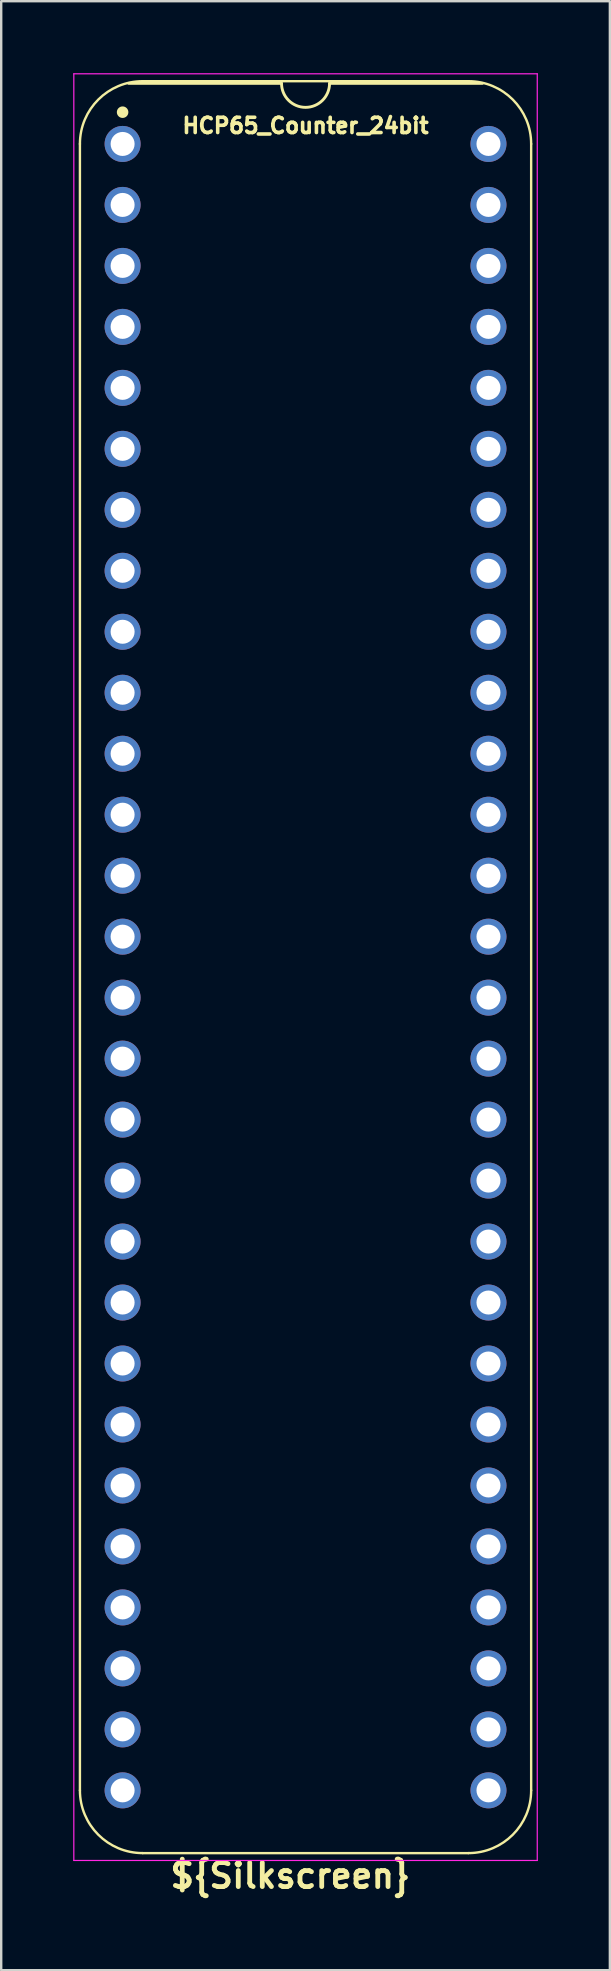
<source format=kicad_pcb>
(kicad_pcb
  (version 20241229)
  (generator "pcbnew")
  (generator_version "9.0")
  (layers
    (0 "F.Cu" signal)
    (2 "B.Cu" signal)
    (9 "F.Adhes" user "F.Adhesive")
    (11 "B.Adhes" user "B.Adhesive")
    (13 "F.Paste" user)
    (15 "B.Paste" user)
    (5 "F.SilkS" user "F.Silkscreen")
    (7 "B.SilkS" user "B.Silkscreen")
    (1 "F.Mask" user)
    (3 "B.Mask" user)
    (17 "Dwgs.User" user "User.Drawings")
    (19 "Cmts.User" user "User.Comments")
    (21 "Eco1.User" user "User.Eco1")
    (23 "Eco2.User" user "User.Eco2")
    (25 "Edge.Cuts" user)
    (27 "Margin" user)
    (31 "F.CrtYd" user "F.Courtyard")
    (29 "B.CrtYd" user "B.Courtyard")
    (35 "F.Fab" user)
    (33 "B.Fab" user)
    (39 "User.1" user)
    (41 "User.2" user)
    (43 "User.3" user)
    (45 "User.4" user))
  (footprint "HCP65_Counter_24bit"
    (layer "F.Cu")
    (at 2.057 2.946)
    (property "Reference" "HCP65_Counter_24bit" (at 7.62 -0.762 0) (layer "F.SilkS") (effects (font (size 0.635 0.635) (thickness 0.15))))
    (attr through_hole)
    (fp_line (start -1.778 68.58) (end -1.778 0) (stroke (width 0.1) (type solid)) (layer "F.SilkS"))
    (fp_line (start 0.836 -2.614) (end 14.404 -2.614) (stroke (width 0.1) (type solid)) (layer "F.SilkS"))
    (fp_line (start 6.62 -2.524) (end 0.254 -2.524) (stroke (width 0.12) (type solid)) (layer "F.SilkS"))
    (fp_line (start 14.404 71.194) (end 0.836 71.194) (stroke (width 0.1) (type solid)) (layer "F.SilkS"))
    (fp_line (start 14.986 -2.524) (end 8.62 -2.524) (stroke (width 0.12) (type solid)) (layer "F.SilkS"))
    (fp_line (start 17.018 68.58) (end 17.018 0) (stroke (width 0.1) (type solid)) (layer "F.SilkS"))
    (fp_arc (start -1.778 0) (mid -1.012456 -1.848188) (end 0.835732 -2.613732) (stroke (width 0.1) (type solid)) (layer "F.SilkS"))
    (fp_arc (start 0.835733 71.193733) (mid -1.012456 70.428189) (end -1.778 68.58) (stroke (width 0.1) (type solid)) (layer "F.SilkS"))
    (fp_arc (start 8.62 -2.524) (mid 7.62 -1.524) (end 6.62 -2.524) (stroke (width 0.12) (type solid)) (layer "F.SilkS"))
    (fp_arc (start 14.404268 -2.613732) (mid 16.252456 -1.848188) (end 17.018 0) (stroke (width 0.1) (type solid)) (layer "F.SilkS"))
    (fp_arc (start 17.018001 68.580001) (mid 16.252456 70.428188) (end 14.404269 71.193733) (stroke (width 0.1) (type solid)) (layer "F.SilkS"))
    (fp_circle (center 0 -1.323) (end 0.18 -1.323) (stroke (width 0.12) (type solid)) (fill yes) (layer "F.SilkS"))
    (fp_line (start -2.032 -2.921) (end -2.032 71.501) (stroke (width 0.05) (type solid)) (layer "F.CrtYd"))
    (fp_line (start -2.032 -2.921) (end 17.272 -2.921) (stroke (width 0.05) (type solid)) (layer "F.CrtYd"))
    (fp_line (start -2.032 71.501) (end 17.272 71.501) (stroke (width 0.05) (type solid)) (layer "F.CrtYd"))
    (fp_line (start 17.272 -2.921) (end 17.272 71.501) (stroke (width 0.05) (type solid)) (layer "F.CrtYd"))
    (fp_text user "${Silkscreen}" (at 6.985 72.136 0) (layer "F.SilkS") (effects (font (size 1 1) (thickness 0.2) (bold yes))))
    (pad "1" thru_hole circle (at 0 0) (size 1.5 1.5) (drill 1) (layers "*.Cu" "*.Mask"))
    (pad "2" thru_hole circle (at 0 2.54) (size 1.5 1.5) (drill 1) (layers "*.Cu" "*.Mask"))
    (pad "3" thru_hole circle (at 0 5.08) (size 1.5 1.5) (drill 1) (layers "*.Cu" "*.Mask"))
    (pad "4" thru_hole circle (at 0 7.62) (size 1.5 1.5) (drill 1) (layers "*.Cu" "*.Mask"))
    (pad "5" thru_hole circle (at 0 10.16) (size 1.5 1.5) (drill 1) (layers "*.Cu" "*.Mask"))
    (pad "6" thru_hole circle (at 0 12.7) (size 1.5 1.5) (drill 1) (layers "*.Cu" "*.Mask"))
    (pad "7" thru_hole circle (at 0 15.24) (size 1.5 1.5) (drill 1) (layers "*.Cu" "*.Mask"))
    (pad "8" thru_hole circle (at 0 17.78) (size 1.5 1.5) (drill 1) (layers "*.Cu" "*.Mask"))
    (pad "9" thru_hole circle (at 0 20.32) (size 1.5 1.5) (drill 1) (layers "*.Cu" "*.Mask"))
    (pad "10" thru_hole circle (at 0 22.86) (size 1.5 1.5) (drill 1) (layers "*.Cu" "*.Mask"))
    (pad "11" thru_hole circle (at 0 25.4) (size 1.5 1.5) (drill 1) (layers "*.Cu" "*.Mask"))
    (pad "12" thru_hole circle (at 0 27.94) (size 1.5 1.5) (drill 1) (layers "*.Cu" "*.Mask"))
    (pad "13" thru_hole circle (at 0 30.48) (size 1.5 1.5) (drill 1) (layers "*.Cu" "*.Mask"))
    (pad "14" thru_hole circle (at 0 33.02) (size 1.5 1.5) (drill 1) (layers "*.Cu" "*.Mask"))
    (pad "15" thru_hole circle (at 0 35.56) (size 1.5 1.5) (drill 1) (layers "*.Cu" "*.Mask"))
    (pad "16" thru_hole circle (at 0 38.1) (size 1.5 1.5) (drill 1) (layers "*.Cu" "*.Mask"))
    (pad "17" thru_hole circle (at 0 40.64) (size 1.5 1.5) (drill 1) (layers "*.Cu" "*.Mask"))
    (pad "18" thru_hole circle (at 0 43.18) (size 1.5 1.5) (drill 1) (layers "*.Cu" "*.Mask"))
    (pad "19" thru_hole circle (at 0 45.72) (size 1.5 1.5) (drill 1) (layers "*.Cu" "*.Mask"))
    (pad "20" thru_hole circle (at 0 48.26) (size 1.5 1.5) (drill 1) (layers "*.Cu" "*.Mask"))
    (pad "21" thru_hole circle (at 0 50.8) (size 1.5 1.5) (drill 1) (layers "*.Cu" "*.Mask"))
    (pad "22" thru_hole circle (at 0 53.34) (size 1.5 1.5) (drill 1) (layers "*.Cu" "*.Mask"))
    (pad "23" thru_hole circle (at 0 55.88) (size 1.5 1.5) (drill 1) (layers "*.Cu" "*.Mask"))
    (pad "24" thru_hole circle (at 0 58.42) (size 1.5 1.5) (drill 1) (layers "*.Cu" "*.Mask"))
    (pad "25" thru_hole circle (at 0 60.96) (size 1.5 1.5) (drill 1) (layers "*.Cu" "*.Mask"))
    (pad "26" thru_hole circle (at 0 63.5) (size 1.5 1.5) (drill 1) (layers "*.Cu" "*.Mask"))
    (pad "27" thru_hole circle (at 0 66.04) (size 1.5 1.5) (drill 1) (layers "*.Cu" "*.Mask"))
    (pad "28" thru_hole circle (at 0 68.58) (size 1.5 1.5) (drill 1) (layers "*.Cu" "*.Mask"))
    (pad "29" thru_hole circle (at 15.24 68.58) (size 1.5 1.5) (drill 1) (layers "*.Cu" "*.Mask"))
    (pad "30" thru_hole circle (at 15.24 66.04) (size 1.5 1.5) (drill 1) (layers "*.Cu" "*.Mask"))
    (pad "31" thru_hole circle (at 15.24 63.5) (size 1.5 1.5) (drill 1) (layers "*.Cu" "*.Mask"))
    (pad "32" thru_hole circle (at 15.24 60.96) (size 1.5 1.5) (drill 1) (layers "*.Cu" "*.Mask"))
    (pad "33" thru_hole circle (at 15.24 58.42) (size 1.5 1.5) (drill 1) (layers "*.Cu" "*.Mask"))
    (pad "34" thru_hole circle (at 15.24 55.88) (size 1.5 1.5) (drill 1) (layers "*.Cu" "*.Mask"))
    (pad "35" thru_hole circle (at 15.24 53.34) (size 1.5 1.5) (drill 1) (layers "*.Cu" "*.Mask"))
    (pad "36" thru_hole circle (at 15.24 50.8) (size 1.5 1.5) (drill 1) (layers "*.Cu" "*.Mask"))
    (pad "37" thru_hole circle (at 15.24 48.26) (size 1.5 1.5) (drill 1) (layers "*.Cu" "*.Mask"))
    (pad "38" thru_hole circle (at 15.24 45.72) (size 1.5 1.5) (drill 1) (layers "*.Cu" "*.Mask"))
    (pad "39" thru_hole circle (at 15.24 43.18) (size 1.5 1.5) (drill 1) (layers "*.Cu" "*.Mask"))
    (pad "40" thru_hole circle (at 15.24 40.64) (size 1.5 1.5) (drill 1) (layers "*.Cu" "*.Mask"))
    (pad "41" thru_hole circle (at 15.24 38.1) (size 1.5 1.5) (drill 1) (layers "*.Cu" "*.Mask"))
    (pad "42" thru_hole circle (at 15.24 35.56) (size 1.5 1.5) (drill 1) (layers "*.Cu" "*.Mask"))
    (pad "43" thru_hole circle (at 15.24 33.02) (size 1.5 1.5) (drill 1) (layers "*.Cu" "*.Mask"))
    (pad "44" thru_hole circle (at 15.24 30.48) (size 1.5 1.5) (drill 1) (layers "*.Cu" "*.Mask"))
    (pad "45" thru_hole circle (at 15.24 27.94) (size 1.5 1.5) (drill 1) (layers "*.Cu" "*.Mask"))
    (pad "46" thru_hole circle (at 15.24 25.4) (size 1.5 1.5) (drill 1) (layers "*.Cu" "*.Mask"))
    (pad "47" thru_hole circle (at 15.24 22.86) (size 1.5 1.5) (drill 1) (layers "*.Cu" "*.Mask"))
    (pad "48" thru_hole circle (at 15.24 20.32) (size 1.5 1.5) (drill 1) (layers "*.Cu" "*.Mask"))
    (pad "49" thru_hole circle (at 15.24 17.78) (size 1.5 1.5) (drill 1) (layers "*.Cu" "*.Mask"))
    (pad "50" thru_hole circle (at 15.24 15.24) (size 1.5 1.5) (drill 1) (layers "*.Cu" "*.Mask"))
    (pad "51" thru_hole circle (at 15.24 12.7) (size 1.5 1.5) (drill 1) (layers "*.Cu" "*.Mask"))
    (pad "52" thru_hole circle (at 15.24 10.16) (size 1.5 1.5) (drill 1) (layers "*.Cu" "*.Mask"))
    (pad "53" thru_hole circle (at 15.24 7.62) (size 1.5 1.5) (drill 1) (layers "*.Cu" "*.Mask"))
    (pad "54" thru_hole circle (at 15.24 5.08) (size 1.5 1.5) (drill 1) (layers "*.Cu" "*.Mask"))
    (pad "55" thru_hole circle (at 15.24 2.54) (size 1.5 1.5) (drill 1) (layers "*.Cu" "*.Mask"))
    (pad "56" thru_hole circle (at 15.24 0) (size 1.5 1.5) (drill 1) (layers "*.Cu" "*.Mask")))
  (gr_rect
    (start -3 -3)
    (end 22.354 79.018)
    (stroke (width 0.1) (type default))
    (fill no)
    (layer "Edge.Cuts")))
</source>
